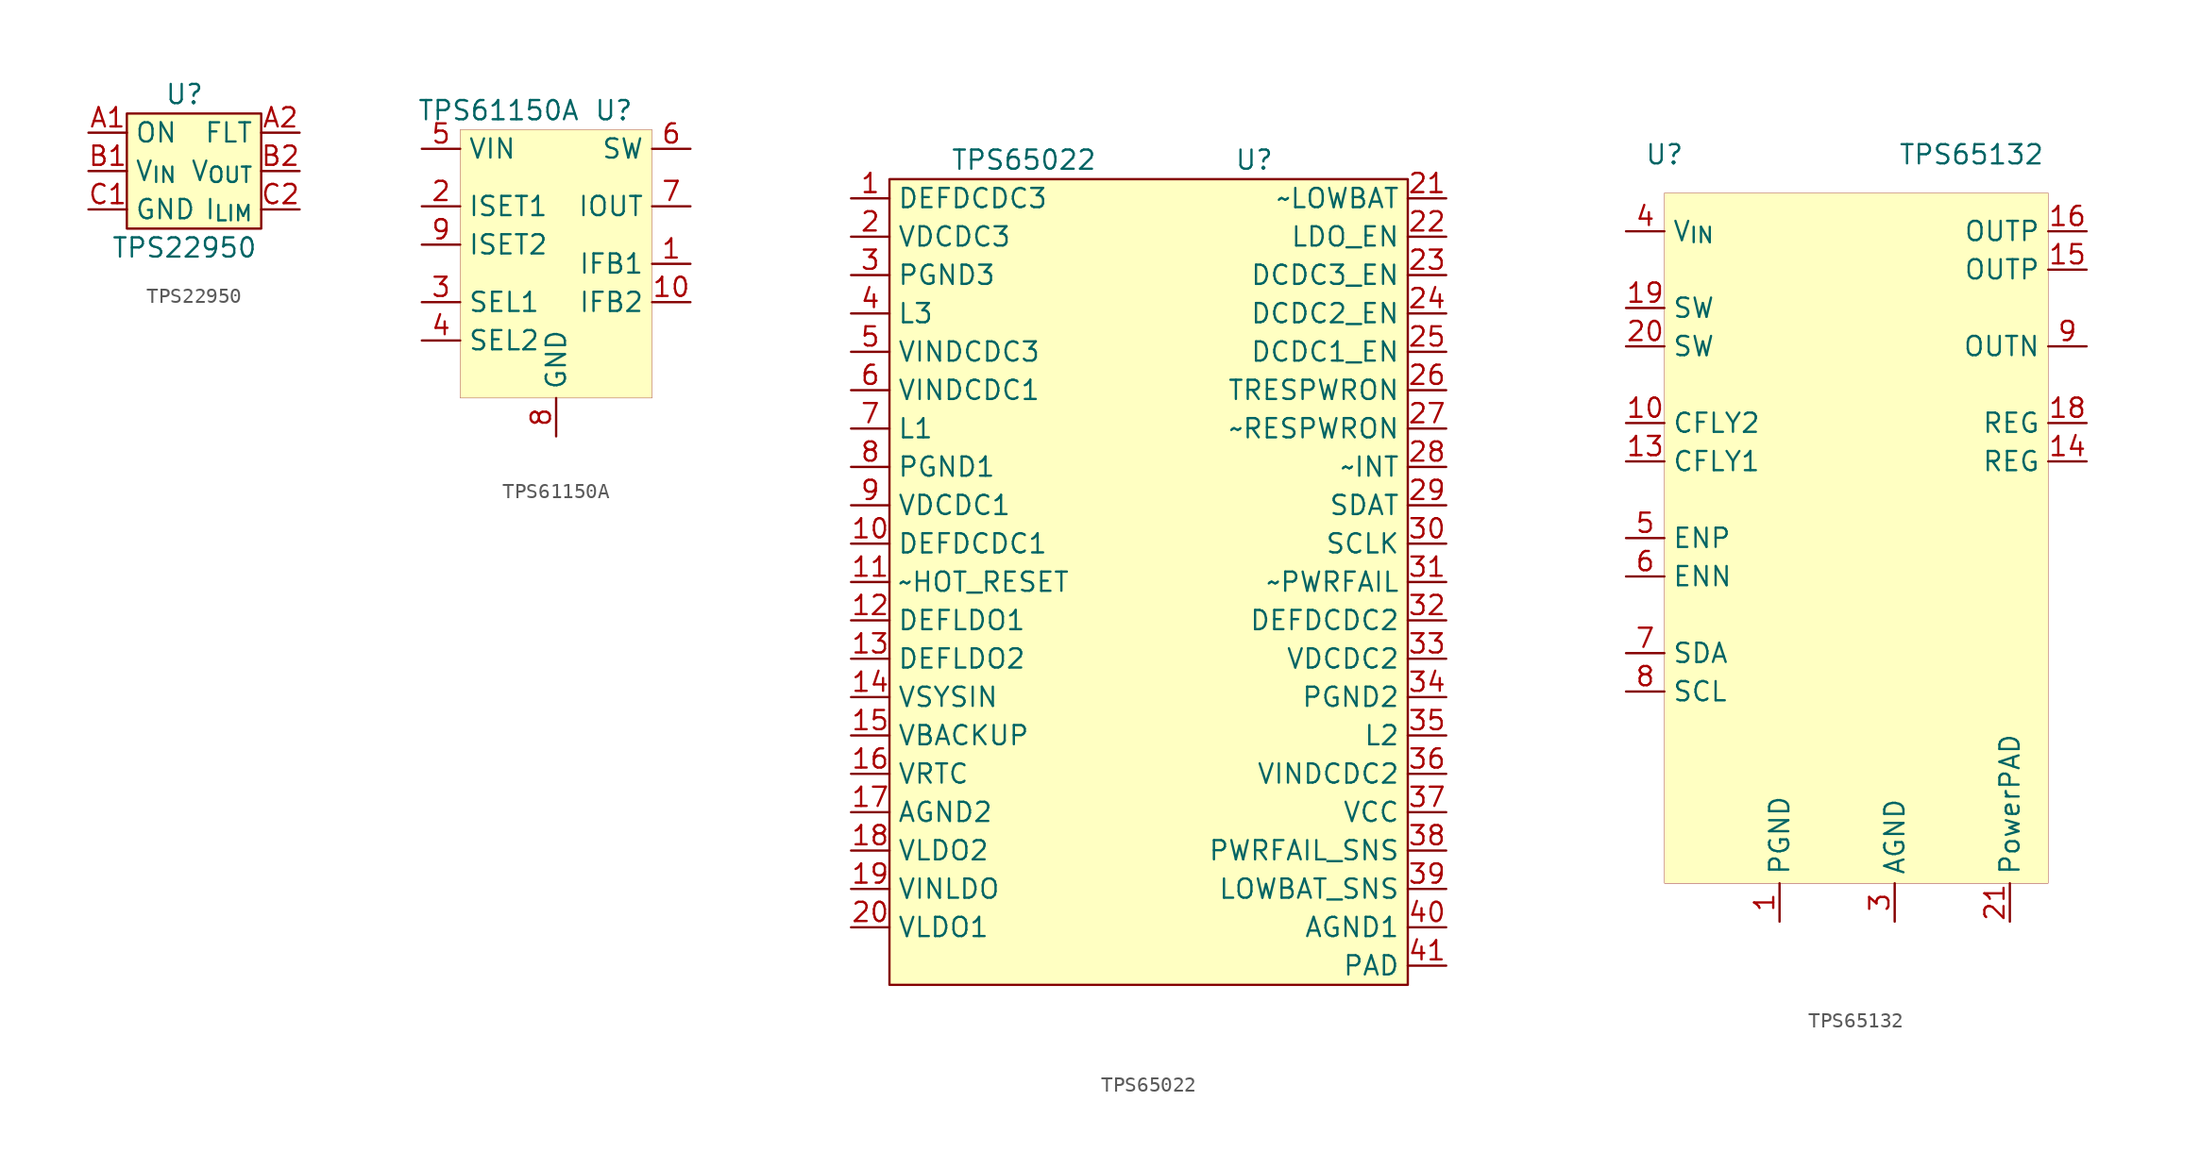
<source format=kicad_sym>
(kicad_symbol_lib
  (version 20220914)
  (generator kicad_symbol_editor)
  (symbol "TPS22950"
    (property "Reference" "U"
      (at 0 2.54 0)
      (effects (font (size 1.27 1.27))))
    (property "Value" "TPS22950"
      (at 0 -7.62 0)
      (effects (font (size 1.27 1.27))))
    (symbol "TPS22950_0_1"
      (rectangle (start -3.81 1.27) (end 5.08 -6.35) (stroke (width 0.152) (type default)) (fill (type background))))
    (symbol "TPS22950_1_1"
      (pin input line (at -6.35 0 0) (length 2.54) (name "ON" (effects (font (size 1.27 1.27)))) (number "A1" (effects (font (size 1.27 1.27)))))
      (pin input line (at 7.62 0 180) (length 2.54) (name "FLT" (effects (font (size 1.27 1.27)))) (number "A2" (effects (font (size 1.27 1.27)))))
      (pin input line (at -6.35 -2.54 0) (length 2.54) (name "V_{IN}" (effects (font (size 1.27 1.27)))) (number "B1" (effects (font (size 1.27 1.27)))))
      (pin input line (at 7.62 -2.54 180) (length 2.54) (name "V_{OUT}" (effects (font (size 1.27 1.27)))) (number "B2" (effects (font (size 1.27 1.27)))))
      (pin input line (at -6.35 -5.08 0) (length 2.54) (name "GND" (effects (font (size 1.27 1.27)))) (number "C1" (effects (font (size 1.27 1.27)))))
      (pin input line (at 7.62 -5.08 180) (length 2.54) (name "I_{LIM}" (effects (font (size 1.27 1.27)))) (number "C2" (effects (font (size 1.27 1.27)))))))
  (symbol "TPS61150A"
    (property "Reference" "U"
      (at 3.81 10.16 0)
      (effects (font (size 1.27 1.27))))
    (property "Value" "TPS61150A"
      (at -3.81 10.16 0)
      (effects (font (size 1.27 1.27))))
    (symbol "TPS61150A_0_0"
      (pin unspecified line (at 8.89 0 180) (length 2.54) (name "IFB1" (effects (font (size 1.27 1.27)))) (number "1" (effects (font (size 1.27 1.27)))))
      (pin unspecified line (at 8.89 -2.54 180) (length 2.54) (name "IFB2" (effects (font (size 1.27 1.27)))) (number "10" (effects (font (size 1.27 1.27)))))
      (pin unspecified line (at 0 -11.43 90) (length 2.54) hide (name "GND" (effects (font (size 1.27 1.27)))) (number "11" (effects (font (size 1.27 1.27)))))
      (pin unspecified line (at -8.89 3.81 0) (length 2.54) (name "ISET1" (effects (font (size 1.27 1.27)))) (number "2" (effects (font (size 1.27 1.27)))))
      (pin unspecified line (at -8.89 -2.54 0) (length 2.54) (name "SEL1" (effects (font (size 1.27 1.27)))) (number "3" (effects (font (size 1.27 1.27)))))
      (pin unspecified line (at -8.89 -5.08 0) (length 2.54) (name "SEL2" (effects (font (size 1.27 1.27)))) (number "4" (effects (font (size 1.27 1.27)))))
      (pin unspecified line (at -8.89 7.62 0) (length 2.54) (name "VIN" (effects (font (size 1.27 1.27)))) (number "5" (effects (font (size 1.27 1.27)))))
      (pin unspecified line (at 8.89 7.62 180) (length 2.54) (name "SW" (effects (font (size 1.27 1.27)))) (number "6" (effects (font (size 1.27 1.27)))))
      (pin unspecified line (at 8.89 3.81 180) (length 2.54) (name "IOUT" (effects (font (size 1.27 1.27)))) (number "7" (effects (font (size 1.27 1.27)))))
      (pin unspecified line (at 0 -11.43 90) (length 2.54) (name "GND" (effects (font (size 1.27 1.27)))) (number "8" (effects (font (size 1.27 1.27)))))
      (pin unspecified line (at -8.89 1.27 0) (length 2.54) (name "ISET2" (effects (font (size 1.27 1.27)))) (number "9" (effects (font (size 1.27 1.27))))))
    (symbol "TPS61150A_0_1"
      (rectangle (start -6.35 8.89) (end 6.35 -8.89) (stroke (width 0.001) (type default)) (fill (type background)))))
  (symbol "TPS65022"
    (property "Reference" "U"
      (at 6.35 26.67 0)
      (effects (font (size 1.27 1.27))))
    (property "Value" "TPS65022"
      (at -8.89 26.67 0)
      (effects (font (size 1.27 1.27))))
    (symbol "TPS65022_0_0"
      (pin unspecified line (at -20.32 24.13 0) (length 2.54) (name "DEFDCDC3" (effects (font (size 1.27 1.27)))) (number "1" (effects (font (size 1.27 1.27)))))
      (pin unspecified line (at -20.32 1.27 0) (length 2.54) (name "DEFDCDC1" (effects (font (size 1.27 1.27)))) (number "10" (effects (font (size 1.27 1.27)))))
      (pin unspecified line (at -20.32 -1.27 0) (length 2.54) (name "~HOT_RESET" (effects (font (size 1.27 1.27)))) (number "11" (effects (font (size 1.27 1.27)))))
      (pin unspecified line (at -20.32 -3.81 0) (length 2.54) (name "DEFLDO1" (effects (font (size 1.27 1.27)))) (number "12" (effects (font (size 1.27 1.27)))))
      (pin unspecified line (at -20.32 -6.35 0) (length 2.54) (name "DEFLDO2" (effects (font (size 1.27 1.27)))) (number "13" (effects (font (size 1.27 1.27)))))
      (pin unspecified line (at -20.32 -8.89 0) (length 2.54) (name "VSYSIN" (effects (font (size 1.27 1.27)))) (number "14" (effects (font (size 1.27 1.27)))))
      (pin unspecified line (at -20.32 -11.43 0) (length 2.54) (name "VBACKUP" (effects (font (size 1.27 1.27)))) (number "15" (effects (font (size 1.27 1.27)))))
      (pin unspecified line (at -20.32 -13.97 0) (length 2.54) (name "VRTC" (effects (font (size 1.27 1.27)))) (number "16" (effects (font (size 1.27 1.27)))))
      (pin unspecified line (at -20.32 -16.51 0) (length 2.54) (name "AGND2" (effects (font (size 1.27 1.27)))) (number "17" (effects (font (size 1.27 1.27)))))
      (pin unspecified line (at -20.32 -19.05 0) (length 2.54) (name "VLDO2" (effects (font (size 1.27 1.27)))) (number "18" (effects (font (size 1.27 1.27)))))
      (pin unspecified line (at -20.32 -21.59 0) (length 2.54) (name "VINLDO" (effects (font (size 1.27 1.27)))) (number "19" (effects (font (size 1.27 1.27)))))
      (pin unspecified line (at -20.32 21.59 0) (length 2.54) (name "VDCDC3" (effects (font (size 1.27 1.27)))) (number "2" (effects (font (size 1.27 1.27)))))
      (pin unspecified line (at -20.32 -24.13 0) (length 2.54) (name "VLDO1" (effects (font (size 1.27 1.27)))) (number "20" (effects (font (size 1.27 1.27)))))
      (pin unspecified line (at 19.05 24.13 180) (length 2.54) (name "~LOWBAT" (effects (font (size 1.27 1.27)))) (number "21" (effects (font (size 1.27 1.27)))))
      (pin unspecified line (at 19.05 21.59 180) (length 2.54) (name "LDO_EN" (effects (font (size 1.27 1.27)))) (number "22" (effects (font (size 1.27 1.27)))))
      (pin unspecified line (at 19.05 19.05 180) (length 2.54) (name "DCDC3_EN" (effects (font (size 1.27 1.27)))) (number "23" (effects (font (size 1.27 1.27)))))
      (pin unspecified line (at 19.05 16.51 180) (length 2.54) (name "DCDC2_EN" (effects (font (size 1.27 1.27)))) (number "24" (effects (font (size 1.27 1.27)))))
      (pin unspecified line (at 19.05 13.97 180) (length 2.54) (name "DCDC1_EN" (effects (font (size 1.27 1.27)))) (number "25" (effects (font (size 1.27 1.27)))))
      (pin unspecified line (at 19.05 11.43 180) (length 2.54) (name "TRESPWRON" (effects (font (size 1.27 1.27)))) (number "26" (effects (font (size 1.27 1.27)))))
      (pin unspecified line (at 19.05 8.89 180) (length 2.54) (name "~RESPWRON" (effects (font (size 1.27 1.27)))) (number "27" (effects (font (size 1.27 1.27)))))
      (pin unspecified line (at 19.05 6.35 180) (length 2.54) (name "~INT" (effects (font (size 1.27 1.27)))) (number "28" (effects (font (size 1.27 1.27)))))
      (pin unspecified line (at 19.05 3.81 180) (length 2.54) (name "SDAT" (effects (font (size 1.27 1.27)))) (number "29" (effects (font (size 1.27 1.27)))))
      (pin unspecified line (at -20.32 19.05 0) (length 2.54) (name "PGND3" (effects (font (size 1.27 1.27)))) (number "3" (effects (font (size 1.27 1.27)))))
      (pin unspecified line (at 19.05 1.27 180) (length 2.54) (name "SCLK" (effects (font (size 1.27 1.27)))) (number "30" (effects (font (size 1.27 1.27)))))
      (pin unspecified line (at 19.05 -1.27 180) (length 2.54) (name "~PWRFAIL" (effects (font (size 1.27 1.27)))) (number "31" (effects (font (size 1.27 1.27)))))
      (pin unspecified line (at 19.05 -3.81 180) (length 2.54) (name "DEFDCDC2" (effects (font (size 1.27 1.27)))) (number "32" (effects (font (size 1.27 1.27)))))
      (pin unspecified line (at 19.05 -6.35 180) (length 2.54) (name "VDCDC2" (effects (font (size 1.27 1.27)))) (number "33" (effects (font (size 1.27 1.27)))))
      (pin unspecified line (at 19.05 -8.89 180) (length 2.54) (name "PGND2" (effects (font (size 1.27 1.27)))) (number "34" (effects (font (size 1.27 1.27)))))
      (pin unspecified line (at 19.05 -11.43 180) (length 2.54) (name "L2" (effects (font (size 1.27 1.27)))) (number "35" (effects (font (size 1.27 1.27)))))
      (pin unspecified line (at 19.05 -13.97 180) (length 2.54) (name "VINDCDC2" (effects (font (size 1.27 1.27)))) (number "36" (effects (font (size 1.27 1.27)))))
      (pin unspecified line (at 19.05 -16.51 180) (length 2.54) (name "VCC" (effects (font (size 1.27 1.27)))) (number "37" (effects (font (size 1.27 1.27)))))
      (pin unspecified line (at 19.05 -19.05 180) (length 2.54) (name "PWRFAIL_SNS" (effects (font (size 1.27 1.27)))) (number "38" (effects (font (size 1.27 1.27)))))
      (pin unspecified line (at 19.05 -21.59 180) (length 2.54) (name "LOWBAT_SNS" (effects (font (size 1.27 1.27)))) (number "39" (effects (font (size 1.27 1.27)))))
      (pin unspecified line (at -20.32 16.51 0) (length 2.54) (name "L3" (effects (font (size 1.27 1.27)))) (number "4" (effects (font (size 1.27 1.27)))))
      (pin unspecified line (at 19.05 -24.13 180) (length 2.54) (name "AGND1" (effects (font (size 1.27 1.27)))) (number "40" (effects (font (size 1.27 1.27)))))
      (pin unspecified line (at 19.05 -26.67 180) (length 2.54) (name "PAD" (effects (font (size 1.27 1.27)))) (number "41" (effects (font (size 1.27 1.27)))))
      (pin unspecified line (at -20.32 13.97 0) (length 2.54) (name "VINDCDC3" (effects (font (size 1.27 1.27)))) (number "5" (effects (font (size 1.27 1.27)))))
      (pin unspecified line (at -20.32 11.43 0) (length 2.54) (name "VINDCDC1" (effects (font (size 1.27 1.27)))) (number "6" (effects (font (size 1.27 1.27)))))
      (pin unspecified line (at -20.32 8.89 0) (length 2.54) (name "L1" (effects (font (size 1.27 1.27)))) (number "7" (effects (font (size 1.27 1.27)))))
      (pin unspecified line (at -20.32 6.35 0) (length 2.54) (name "PGND1" (effects (font (size 1.27 1.27)))) (number "8" (effects (font (size 1.27 1.27)))))
      (pin unspecified line (at -20.32 3.81 0) (length 2.54) (name "VDCDC1" (effects (font (size 1.27 1.27)))) (number "9" (effects (font (size 1.27 1.27))))))
    (symbol "TPS65022_0_1"
      (rectangle (start -17.78 25.4) (end 16.51 -27.94) (stroke (width 0.152) (type default)) (fill (type background)))))
  (symbol "TPS65132"
    (property "Reference" "U"
      (at -12.7 25.4 0)
      (effects (font (size 1.27 1.27))))
    (property "Value" "TPS65132"
      (at 7.62 25.4 0)
      (effects (font (size 1.27 1.27))))
    (symbol "TPS65132_0_0"
      (pin unspecified line (at -5.08 -25.4 90) (length 2.54) (name "PGND" (effects (font (size 1.27 1.27)))) (number "1" (effects (font (size 1.27 1.27)))))
      (pin unspecified line (at -15.24 7.62 0) (length 2.54) (name "CFLY2" (effects (font (size 1.27 1.27)))) (number "10" (effects (font (size 1.27 1.27)))))
      (pin unspecified line (at -5.08 -25.4 90) (length 2.54) hide (name "PGND" (effects (font (size 1.27 1.27)))) (number "11" (effects (font (size 1.27 1.27)))))
      (pin unspecified line (at -5.08 -25.4 90) (length 2.54) hide (name "PGND" (effects (font (size 1.27 1.27)))) (number "12" (effects (font (size 1.27 1.27)))))
      (pin unspecified line (at -15.24 5.08 0) (length 2.54) (name "CFLY1" (effects (font (size 1.27 1.27)))) (number "13" (effects (font (size 1.27 1.27)))))
      (pin unspecified line (at 15.24 5.08 180) (length 2.54) (name "REG" (effects (font (size 1.27 1.27)))) (number "14" (effects (font (size 1.27 1.27)))))
      (pin unspecified line (at 15.24 17.78 180) (length 2.54) (name "OUTP" (effects (font (size 1.27 1.27)))) (number "15" (effects (font (size 1.27 1.27)))))
      (pin unspecified line (at 15.24 20.32 180) (length 2.54) (name "OUTP" (effects (font (size 1.27 1.27)))) (number "16" (effects (font (size 1.27 1.27)))))
      (pin passive line (at 2.54 -25.4 90) (length 2.54) hide (name "AGND" (effects (font (size 1.27 1.27)))) (number "17" (effects (font (size 1.27 1.27)))))
      (pin unspecified line (at 15.24 7.62 180) (length 2.54) (name "REG" (effects (font (size 1.27 1.27)))) (number "18" (effects (font (size 1.27 1.27)))))
      (pin unspecified line (at -15.24 15.24 0) (length 2.54) (name "SW" (effects (font (size 1.27 1.27)))) (number "19" (effects (font (size 1.27 1.27)))))
      (pin unspecified line (at -5.08 -25.4 90) (length 2.54) hide (name "PGND" (effects (font (size 1.27 1.27)))) (number "2" (effects (font (size 1.27 1.27)))))
      (pin unspecified line (at -15.24 12.7 0) (length 2.54) (name "SW" (effects (font (size 1.27 1.27)))) (number "20" (effects (font (size 1.27 1.27)))))
      (pin unspecified line (at 10.16 -25.4 90) (length 2.54) (name "PowerPAD" (effects (font (size 1.27 1.27)))) (number "21" (effects (font (size 1.27 1.27)))))
      (pin unspecified line (at 2.54 -25.4 90) (length 2.54) (name "AGND" (effects (font (size 1.27 1.27)))) (number "3" (effects (font (size 1.27 1.27)))))
      (pin unspecified line (at -15.24 20.32 0) (length 2.54) (name "V_{IN}" (effects (font (size 1.27 1.27)))) (number "4" (effects (font (size 1.27 1.27)))))
      (pin unspecified line (at -15.24 0 0) (length 2.54) (name "ENP" (effects (font (size 1.27 1.27)))) (number "5" (effects (font (size 1.27 1.27)))))
      (pin unspecified line (at -15.24 -2.54 0) (length 2.54) (name "ENN" (effects (font (size 1.27 1.27)))) (number "6" (effects (font (size 1.27 1.27)))))
      (pin unspecified line (at -15.24 -7.62 0) (length 2.54) (name "SDA" (effects (font (size 1.27 1.27)))) (number "7" (effects (font (size 1.27 1.27)))))
      (pin unspecified line (at -15.24 -10.16 0) (length 2.54) (name "SCL" (effects (font (size 1.27 1.27)))) (number "8" (effects (font (size 1.27 1.27)))))
      (pin unspecified line (at 15.24 12.7 180) (length 2.54) (name "OUTN" (effects (font (size 1.27 1.27)))) (number "9" (effects (font (size 1.27 1.27))))))
    (symbol "TPS65132_0_1"
      (rectangle (start -12.7 22.86) (end 12.7 -22.86) (stroke (width 0.001) (type default)) (fill (type background))))))
</source>
